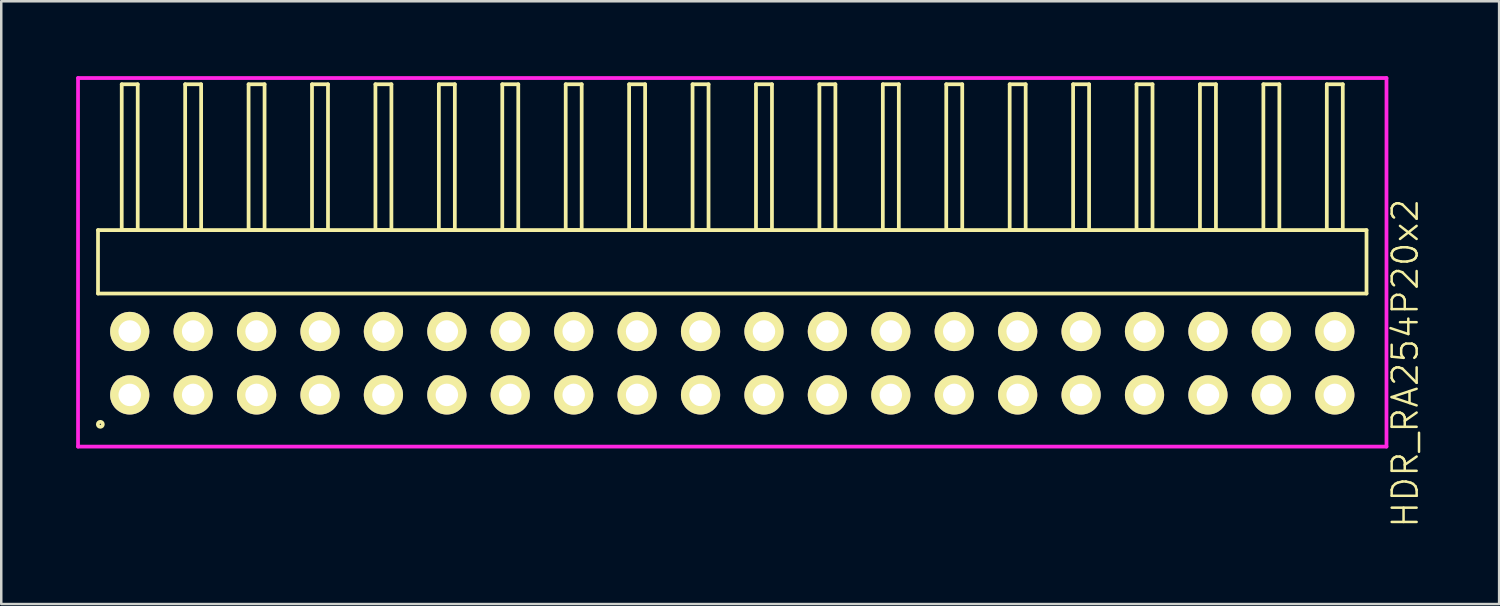
<source format=kicad_pcb>
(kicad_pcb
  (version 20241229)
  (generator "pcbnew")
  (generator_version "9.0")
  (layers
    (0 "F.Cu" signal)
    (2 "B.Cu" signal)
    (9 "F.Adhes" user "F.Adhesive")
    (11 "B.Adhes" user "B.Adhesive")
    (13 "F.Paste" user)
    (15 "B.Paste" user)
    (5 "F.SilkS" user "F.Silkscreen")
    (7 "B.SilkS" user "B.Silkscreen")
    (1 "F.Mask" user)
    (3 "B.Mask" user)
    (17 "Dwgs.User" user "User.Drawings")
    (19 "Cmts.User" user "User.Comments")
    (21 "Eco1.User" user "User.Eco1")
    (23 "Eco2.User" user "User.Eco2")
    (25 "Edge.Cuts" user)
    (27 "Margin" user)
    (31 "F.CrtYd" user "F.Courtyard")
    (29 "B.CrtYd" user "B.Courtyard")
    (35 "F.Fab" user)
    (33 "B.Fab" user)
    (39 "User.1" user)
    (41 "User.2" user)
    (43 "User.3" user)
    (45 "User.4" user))
  (footprint "HDR_RA254P20x2"
    (layer "F.Cu")
    (at 26.275 11.495)
    (property "Reference" "HDR_RA254P20x2" (at 26.95 0 90) (layer "F.SilkS") (effects (font (size 1 1) (thickness 0.1))))
    (attr through_hole)
    (fp_line (start -25.4 -5.33) (end -25.4 -2.79) (stroke (width 0.15) (type solid)) (layer "F.SilkS"))
    (fp_line (start -25.4 -2.79) (end 25.4 -2.79) (stroke (width 0.15) (type solid)) (layer "F.SilkS"))
    (fp_line (start -24.45 -11.17) (end -24.45 -5.33) (stroke (width 0.15) (type solid)) (layer "F.SilkS"))
    (fp_line (start -24.45 -5.33) (end -23.81 -5.33) (stroke (width 0.15) (type solid)) (layer "F.SilkS"))
    (fp_line (start -23.81 -11.17) (end -24.45 -11.17) (stroke (width 0.15) (type solid)) (layer "F.SilkS"))
    (fp_line (start -23.81 -5.33) (end -23.81 -11.17) (stroke (width 0.15) (type solid)) (layer "F.SilkS"))
    (fp_line (start -21.91 -11.17) (end -21.91 -5.33) (stroke (width 0.15) (type solid)) (layer "F.SilkS"))
    (fp_line (start -21.91 -5.33) (end -21.27 -5.33) (stroke (width 0.15) (type solid)) (layer "F.SilkS"))
    (fp_line (start -21.27 -11.17) (end -21.91 -11.17) (stroke (width 0.15) (type solid)) (layer "F.SilkS"))
    (fp_line (start -21.27 -5.33) (end -21.27 -11.17) (stroke (width 0.15) (type solid)) (layer "F.SilkS"))
    (fp_line (start -19.37 -11.17) (end -19.37 -5.33) (stroke (width 0.15) (type solid)) (layer "F.SilkS"))
    (fp_line (start -19.37 -5.33) (end -18.73 -5.33) (stroke (width 0.15) (type solid)) (layer "F.SilkS"))
    (fp_line (start -18.73 -11.17) (end -19.37 -11.17) (stroke (width 0.15) (type solid)) (layer "F.SilkS"))
    (fp_line (start -18.73 -5.33) (end -18.73 -11.17) (stroke (width 0.15) (type solid)) (layer "F.SilkS"))
    (fp_line (start -16.83 -11.17) (end -16.83 -5.33) (stroke (width 0.15) (type solid)) (layer "F.SilkS"))
    (fp_line (start -16.83 -5.33) (end -16.19 -5.33) (stroke (width 0.15) (type solid)) (layer "F.SilkS"))
    (fp_line (start -16.19 -11.17) (end -16.83 -11.17) (stroke (width 0.15) (type solid)) (layer "F.SilkS"))
    (fp_line (start -16.19 -5.33) (end -16.19 -11.17) (stroke (width 0.15) (type solid)) (layer "F.SilkS"))
    (fp_line (start -14.29 -11.17) (end -14.29 -5.33) (stroke (width 0.15) (type solid)) (layer "F.SilkS"))
    (fp_line (start -14.29 -5.33) (end -13.65 -5.33) (stroke (width 0.15) (type solid)) (layer "F.SilkS"))
    (fp_line (start -13.65 -11.17) (end -14.29 -11.17) (stroke (width 0.15) (type solid)) (layer "F.SilkS"))
    (fp_line (start -13.65 -5.33) (end -13.65 -11.17) (stroke (width 0.15) (type solid)) (layer "F.SilkS"))
    (fp_line (start -11.75 -11.17) (end -11.75 -5.33) (stroke (width 0.15) (type solid)) (layer "F.SilkS"))
    (fp_line (start -11.75 -5.33) (end -11.11 -5.33) (stroke (width 0.15) (type solid)) (layer "F.SilkS"))
    (fp_line (start -11.11 -11.17) (end -11.75 -11.17) (stroke (width 0.15) (type solid)) (layer "F.SilkS"))
    (fp_line (start -11.11 -5.33) (end -11.11 -11.17) (stroke (width 0.15) (type solid)) (layer "F.SilkS"))
    (fp_line (start -9.21 -11.17) (end -9.21 -5.33) (stroke (width 0.15) (type solid)) (layer "F.SilkS"))
    (fp_line (start -9.21 -5.33) (end -8.57 -5.33) (stroke (width 0.15) (type solid)) (layer "F.SilkS"))
    (fp_line (start -8.57 -11.17) (end -9.21 -11.17) (stroke (width 0.15) (type solid)) (layer "F.SilkS"))
    (fp_line (start -8.57 -5.33) (end -8.57 -11.17) (stroke (width 0.15) (type solid)) (layer "F.SilkS"))
    (fp_line (start -6.67 -11.17) (end -6.67 -5.33) (stroke (width 0.15) (type solid)) (layer "F.SilkS"))
    (fp_line (start -6.67 -5.33) (end -6.03 -5.33) (stroke (width 0.15) (type solid)) (layer "F.SilkS"))
    (fp_line (start -6.03 -11.17) (end -6.67 -11.17) (stroke (width 0.15) (type solid)) (layer "F.SilkS"))
    (fp_line (start -6.03 -5.33) (end -6.03 -11.17) (stroke (width 0.15) (type solid)) (layer "F.SilkS"))
    (fp_line (start -4.13 -11.17) (end -4.13 -5.33) (stroke (width 0.15) (type solid)) (layer "F.SilkS"))
    (fp_line (start -4.13 -5.33) (end -3.49 -5.33) (stroke (width 0.15) (type solid)) (layer "F.SilkS"))
    (fp_line (start -3.49 -11.17) (end -4.13 -11.17) (stroke (width 0.15) (type solid)) (layer "F.SilkS"))
    (fp_line (start -3.49 -5.33) (end -3.49 -11.17) (stroke (width 0.15) (type solid)) (layer "F.SilkS"))
    (fp_line (start -1.59 -11.17) (end -1.59 -5.33) (stroke (width 0.15) (type solid)) (layer "F.SilkS"))
    (fp_line (start -1.59 -5.33) (end -0.95 -5.33) (stroke (width 0.15) (type solid)) (layer "F.SilkS"))
    (fp_line (start -0.95 -11.17) (end -1.59 -11.17) (stroke (width 0.15) (type solid)) (layer "F.SilkS"))
    (fp_line (start -0.95 -5.33) (end -0.95 -11.17) (stroke (width 0.15) (type solid)) (layer "F.SilkS"))
    (fp_line (start 0.95 -11.17) (end 0.95 -5.33) (stroke (width 0.15) (type solid)) (layer "F.SilkS"))
    (fp_line (start 0.95 -5.33) (end 1.59 -5.33) (stroke (width 0.15) (type solid)) (layer "F.SilkS"))
    (fp_line (start 1.59 -11.17) (end 0.95 -11.17) (stroke (width 0.15) (type solid)) (layer "F.SilkS"))
    (fp_line (start 1.59 -5.33) (end 1.59 -11.17) (stroke (width 0.15) (type solid)) (layer "F.SilkS"))
    (fp_line (start 3.49 -11.17) (end 3.49 -5.33) (stroke (width 0.15) (type solid)) (layer "F.SilkS"))
    (fp_line (start 3.49 -5.33) (end 4.13 -5.33) (stroke (width 0.15) (type solid)) (layer "F.SilkS"))
    (fp_line (start 4.13 -11.17) (end 3.49 -11.17) (stroke (width 0.15) (type solid)) (layer "F.SilkS"))
    (fp_line (start 4.13 -5.33) (end 4.13 -11.17) (stroke (width 0.15) (type solid)) (layer "F.SilkS"))
    (fp_line (start 6.03 -11.17) (end 6.03 -5.33) (stroke (width 0.15) (type solid)) (layer "F.SilkS"))
    (fp_line (start 6.03 -5.33) (end 6.67 -5.33) (stroke (width 0.15) (type solid)) (layer "F.SilkS"))
    (fp_line (start 6.67 -11.17) (end 6.03 -11.17) (stroke (width 0.15) (type solid)) (layer "F.SilkS"))
    (fp_line (start 6.67 -5.33) (end 6.67 -11.17) (stroke (width 0.15) (type solid)) (layer "F.SilkS"))
    (fp_line (start 8.57 -11.17) (end 8.57 -5.33) (stroke (width 0.15) (type solid)) (layer "F.SilkS"))
    (fp_line (start 8.57 -5.33) (end 9.21 -5.33) (stroke (width 0.15) (type solid)) (layer "F.SilkS"))
    (fp_line (start 9.21 -11.17) (end 8.57 -11.17) (stroke (width 0.15) (type solid)) (layer "F.SilkS"))
    (fp_line (start 9.21 -5.33) (end 9.21 -11.17) (stroke (width 0.15) (type solid)) (layer "F.SilkS"))
    (fp_line (start 11.11 -11.17) (end 11.11 -5.33) (stroke (width 0.15) (type solid)) (layer "F.SilkS"))
    (fp_line (start 11.11 -5.33) (end 11.75 -5.33) (stroke (width 0.15) (type solid)) (layer "F.SilkS"))
    (fp_line (start 11.75 -11.17) (end 11.11 -11.17) (stroke (width 0.15) (type solid)) (layer "F.SilkS"))
    (fp_line (start 11.75 -5.33) (end 11.75 -11.17) (stroke (width 0.15) (type solid)) (layer "F.SilkS"))
    (fp_line (start 13.65 -11.17) (end 13.65 -5.33) (stroke (width 0.15) (type solid)) (layer "F.SilkS"))
    (fp_line (start 13.65 -5.33) (end 14.29 -5.33) (stroke (width 0.15) (type solid)) (layer "F.SilkS"))
    (fp_line (start 14.29 -11.17) (end 13.65 -11.17) (stroke (width 0.15) (type solid)) (layer "F.SilkS"))
    (fp_line (start 14.29 -5.33) (end 14.29 -11.17) (stroke (width 0.15) (type solid)) (layer "F.SilkS"))
    (fp_line (start 16.19 -11.17) (end 16.19 -5.33) (stroke (width 0.15) (type solid)) (layer "F.SilkS"))
    (fp_line (start 16.19 -5.33) (end 16.83 -5.33) (stroke (width 0.15) (type solid)) (layer "F.SilkS"))
    (fp_line (start 16.83 -11.17) (end 16.19 -11.17) (stroke (width 0.15) (type solid)) (layer "F.SilkS"))
    (fp_line (start 16.83 -5.33) (end 16.83 -11.17) (stroke (width 0.15) (type solid)) (layer "F.SilkS"))
    (fp_line (start 18.73 -11.17) (end 18.73 -5.33) (stroke (width 0.15) (type solid)) (layer "F.SilkS"))
    (fp_line (start 18.73 -5.33) (end 19.37 -5.33) (stroke (width 0.15) (type solid)) (layer "F.SilkS"))
    (fp_line (start 19.37 -11.17) (end 18.73 -11.17) (stroke (width 0.15) (type solid)) (layer "F.SilkS"))
    (fp_line (start 19.37 -5.33) (end 19.37 -11.17) (stroke (width 0.15) (type solid)) (layer "F.SilkS"))
    (fp_line (start 21.27 -11.17) (end 21.27 -5.33) (stroke (width 0.15) (type solid)) (layer "F.SilkS"))
    (fp_line (start 21.27 -5.33) (end 21.91 -5.33) (stroke (width 0.15) (type solid)) (layer "F.SilkS"))
    (fp_line (start 21.91 -11.17) (end 21.27 -11.17) (stroke (width 0.15) (type solid)) (layer "F.SilkS"))
    (fp_line (start 21.91 -5.33) (end 21.91 -11.17) (stroke (width 0.15) (type solid)) (layer "F.SilkS"))
    (fp_line (start 23.81 -11.17) (end 23.81 -5.33) (stroke (width 0.15) (type solid)) (layer "F.SilkS"))
    (fp_line (start 23.81 -5.33) (end 24.45 -5.33) (stroke (width 0.15) (type solid)) (layer "F.SilkS"))
    (fp_line (start 24.45 -11.17) (end 23.81 -11.17) (stroke (width 0.15) (type solid)) (layer "F.SilkS"))
    (fp_line (start 24.45 -5.33) (end 24.45 -11.17) (stroke (width 0.15) (type solid)) (layer "F.SilkS"))
    (fp_line (start 25.4 -5.33) (end -25.4 -5.33) (stroke (width 0.15) (type solid)) (layer "F.SilkS"))
    (fp_line (start 25.4 -2.79) (end 25.4 -5.33) (stroke (width 0.15) (type solid)) (layer "F.SilkS"))
    (fp_circle (center -25.307 2.448) (end -25.207 2.448) (stroke (width 0.15) (type solid)) (fill no) (layer "F.SilkS"))
    (fp_line (start -26.2 -11.42) (end -26.2 3.34) (stroke (width 0.15) (type solid)) (layer "F.CrtYd"))
    (fp_line (start -26.2 3.34) (end 26.2 3.34) (stroke (width 0.15) (type solid)) (layer "F.CrtYd"))
    (fp_line (start 26.2 -11.42) (end -26.2 -11.42) (stroke (width 0.15) (type solid)) (layer "F.CrtYd"))
    (fp_line (start 26.2 3.34) (end 26.2 -11.42) (stroke (width 0.15) (type solid)) (layer "F.CrtYd"))
    (pad "1" thru_hole oval (at -24.13 1.27) (size 1.57 1.57) (drill 0.9) (layers "*.Cu" "*.Mask" "F.SilkS"))
    (pad "2" thru_hole oval (at -24.13 -1.27) (size 1.57 1.57) (drill 0.9) (layers "*.Cu" "*.Mask" "F.SilkS"))
    (pad "3" thru_hole oval (at -21.59 1.27) (size 1.57 1.57) (drill 0.9) (layers "*.Cu" "*.Mask" "F.SilkS"))
    (pad "4" thru_hole oval (at -21.59 -1.27) (size 1.57 1.57) (drill 0.9) (layers "*.Cu" "*.Mask" "F.SilkS"))
    (pad "5" thru_hole oval (at -19.05 1.27) (size 1.57 1.57) (drill 0.9) (layers "*.Cu" "*.Mask" "F.SilkS"))
    (pad "6" thru_hole oval (at -19.05 -1.27) (size 1.57 1.57) (drill 0.9) (layers "*.Cu" "*.Mask" "F.SilkS"))
    (pad "7" thru_hole oval (at -16.51 1.27) (size 1.57 1.57) (drill 0.9) (layers "*.Cu" "*.Mask" "F.SilkS"))
    (pad "8" thru_hole oval (at -16.51 -1.27) (size 1.57 1.57) (drill 0.9) (layers "*.Cu" "*.Mask" "F.SilkS"))
    (pad "9" thru_hole oval (at -13.97 1.27) (size 1.57 1.57) (drill 0.9) (layers "*.Cu" "*.Mask" "F.SilkS"))
    (pad "10" thru_hole oval (at -13.97 -1.27) (size 1.57 1.57) (drill 0.9) (layers "*.Cu" "*.Mask" "F.SilkS"))
    (pad "11" thru_hole oval (at -11.43 1.27) (size 1.57 1.57) (drill 0.9) (layers "*.Cu" "*.Mask" "F.SilkS"))
    (pad "12" thru_hole oval (at -11.43 -1.27) (size 1.57 1.57) (drill 0.9) (layers "*.Cu" "*.Mask" "F.SilkS"))
    (pad "13" thru_hole oval (at -8.89 1.27) (size 1.57 1.57) (drill 0.9) (layers "*.Cu" "*.Mask" "F.SilkS"))
    (pad "14" thru_hole oval (at -8.89 -1.27) (size 1.57 1.57) (drill 0.9) (layers "*.Cu" "*.Mask" "F.SilkS"))
    (pad "15" thru_hole oval (at -6.35 1.27) (size 1.57 1.57) (drill 0.9) (layers "*.Cu" "*.Mask" "F.SilkS"))
    (pad "16" thru_hole oval (at -6.35 -1.27) (size 1.57 1.57) (drill 0.9) (layers "*.Cu" "*.Mask" "F.SilkS"))
    (pad "17" thru_hole oval (at -3.81 1.27) (size 1.57 1.57) (drill 0.9) (layers "*.Cu" "*.Mask" "F.SilkS"))
    (pad "18" thru_hole oval (at -3.81 -1.27) (size 1.57 1.57) (drill 0.9) (layers "*.Cu" "*.Mask" "F.SilkS"))
    (pad "19" thru_hole oval (at -1.27 1.27) (size 1.57 1.57) (drill 0.9) (layers "*.Cu" "*.Mask" "F.SilkS"))
    (pad "20" thru_hole oval (at -1.27 -1.27) (size 1.57 1.57) (drill 0.9) (layers "*.Cu" "*.Mask" "F.SilkS"))
    (pad "21" thru_hole oval (at 1.27 1.27) (size 1.57 1.57) (drill 0.9) (layers "*.Cu" "*.Mask" "F.SilkS"))
    (pad "22" thru_hole oval (at 1.27 -1.27) (size 1.57 1.57) (drill 0.9) (layers "*.Cu" "*.Mask" "F.SilkS"))
    (pad "23" thru_hole oval (at 3.81 1.27) (size 1.57 1.57) (drill 0.9) (layers "*.Cu" "*.Mask" "F.SilkS"))
    (pad "24" thru_hole oval (at 3.81 -1.27) (size 1.57 1.57) (drill 0.9) (layers "*.Cu" "*.Mask" "F.SilkS"))
    (pad "25" thru_hole oval (at 6.35 1.27) (size 1.57 1.57) (drill 0.9) (layers "*.Cu" "*.Mask" "F.SilkS"))
    (pad "26" thru_hole oval (at 6.35 -1.27) (size 1.57 1.57) (drill 0.9) (layers "*.Cu" "*.Mask" "F.SilkS"))
    (pad "27" thru_hole oval (at 8.89 1.27) (size 1.57 1.57) (drill 0.9) (layers "*.Cu" "*.Mask" "F.SilkS"))
    (pad "28" thru_hole oval (at 8.89 -1.27) (size 1.57 1.57) (drill 0.9) (layers "*.Cu" "*.Mask" "F.SilkS"))
    (pad "29" thru_hole oval (at 11.43 1.27) (size 1.57 1.57) (drill 0.9) (layers "*.Cu" "*.Mask" "F.SilkS"))
    (pad "30" thru_hole oval (at 11.43 -1.27) (size 1.57 1.57) (drill 0.9) (layers "*.Cu" "*.Mask" "F.SilkS"))
    (pad "31" thru_hole oval (at 13.97 1.27) (size 1.57 1.57) (drill 0.9) (layers "*.Cu" "*.Mask" "F.SilkS"))
    (pad "32" thru_hole oval (at 13.97 -1.27) (size 1.57 1.57) (drill 0.9) (layers "*.Cu" "*.Mask" "F.SilkS"))
    (pad "33" thru_hole oval (at 16.51 1.27) (size 1.57 1.57) (drill 0.9) (layers "*.Cu" "*.Mask" "F.SilkS"))
    (pad "34" thru_hole oval (at 16.51 -1.27) (size 1.57 1.57) (drill 0.9) (layers "*.Cu" "*.Mask" "F.SilkS"))
    (pad "35" thru_hole oval (at 19.05 1.27) (size 1.57 1.57) (drill 0.9) (layers "*.Cu" "*.Mask" "F.SilkS"))
    (pad "36" thru_hole oval (at 19.05 -1.27) (size 1.57 1.57) (drill 0.9) (layers "*.Cu" "*.Mask" "F.SilkS"))
    (pad "37" thru_hole oval (at 21.59 1.27) (size 1.57 1.57) (drill 0.9) (layers "*.Cu" "*.Mask" "F.SilkS"))
    (pad "38" thru_hole oval (at 21.59 -1.27) (size 1.57 1.57) (drill 0.9) (layers "*.Cu" "*.Mask" "F.SilkS"))
    (pad "39" thru_hole oval (at 24.13 1.27) (size 1.57 1.57) (drill 0.9) (layers "*.Cu" "*.Mask" "F.SilkS"))
    (pad "40" thru_hole oval (at 24.13 -1.27) (size 1.57 1.57) (drill 0.9) (layers "*.Cu" "*.Mask" "F.SilkS")))
  (gr_rect
    (start -3 -3)
    (end 56.986 21.14)
    (stroke (width 0.1) (type default))
    (fill no)
    (layer "Edge.Cuts")))
</source>
